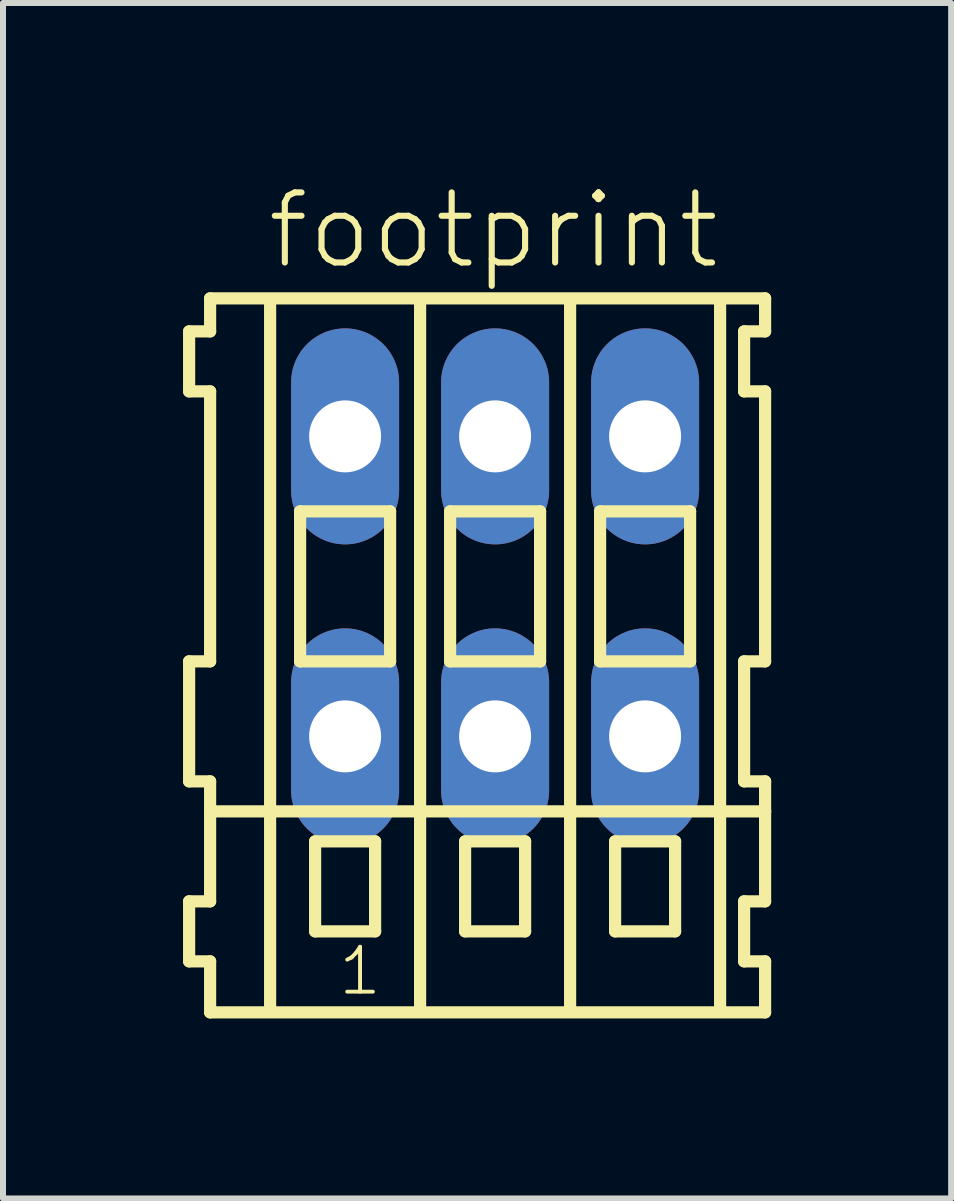
<source format=kicad_pcb>
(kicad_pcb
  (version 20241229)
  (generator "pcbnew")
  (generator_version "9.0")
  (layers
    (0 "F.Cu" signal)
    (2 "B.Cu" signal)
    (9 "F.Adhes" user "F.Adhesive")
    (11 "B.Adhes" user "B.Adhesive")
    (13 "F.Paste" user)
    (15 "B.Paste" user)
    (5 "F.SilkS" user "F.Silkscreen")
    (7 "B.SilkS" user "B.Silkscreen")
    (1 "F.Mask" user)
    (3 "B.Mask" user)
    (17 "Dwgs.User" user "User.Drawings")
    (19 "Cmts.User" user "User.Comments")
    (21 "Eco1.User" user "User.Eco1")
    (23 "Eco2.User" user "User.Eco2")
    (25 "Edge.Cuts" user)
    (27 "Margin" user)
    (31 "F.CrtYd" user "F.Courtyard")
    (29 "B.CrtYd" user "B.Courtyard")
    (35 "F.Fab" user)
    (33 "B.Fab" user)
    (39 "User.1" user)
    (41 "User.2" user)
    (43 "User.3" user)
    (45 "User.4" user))
  (footprint "footprint"
    (layer "F.Cu")
    (at 5.202 6.723)
    (property "Reference" "footprint" (at -3.85 -5.25 0) (layer "F.SilkS") (effects (font (size 1.168 1.168) (thickness 0.102)) (justify left bottom)))
    (fp_line (start -5.1 -4.25) (end -5.1 -3.25) (stroke (width 0.203) (type solid)) (layer "F.SilkS"))
    (fp_line (start -5.1 -3.25) (end -4.75 -3.25) (stroke (width 0.203) (type solid)) (layer "F.SilkS"))
    (fp_line (start -5.1 1.25) (end -5.1 3.25) (stroke (width 0.203) (type solid)) (layer "F.SilkS"))
    (fp_line (start -5.1 3.25) (end -4.75 3.25) (stroke (width 0.203) (type solid)) (layer "F.SilkS"))
    (fp_line (start -5.1 5.25) (end -5.1 6.25) (stroke (width 0.203) (type solid)) (layer "F.SilkS"))
    (fp_line (start -5.1 6.25) (end -4.75 6.25) (stroke (width 0.203) (type solid)) (layer "F.SilkS"))
    (fp_line (start -4.75 -4.8) (end -4.75 -4.25) (stroke (width 0.203) (type solid)) (layer "F.SilkS"))
    (fp_line (start -4.75 -4.25) (end -5.1 -4.25) (stroke (width 0.203) (type solid)) (layer "F.SilkS"))
    (fp_line (start -4.75 -3.25) (end -4.75 1.25) (stroke (width 0.203) (type solid)) (layer "F.SilkS"))
    (fp_line (start -4.75 1.25) (end -5.1 1.25) (stroke (width 0.203) (type solid)) (layer "F.SilkS"))
    (fp_line (start -4.75 3.25) (end -4.75 5.25) (stroke (width 0.203) (type solid)) (layer "F.SilkS"))
    (fp_line (start -4.75 3.75) (end 4.5 3.75) (stroke (width 0.203) (type solid)) (layer "F.SilkS"))
    (fp_line (start -4.75 5.25) (end -5.1 5.25) (stroke (width 0.203) (type solid)) (layer "F.SilkS"))
    (fp_line (start -4.75 6.25) (end -4.75 7.1) (stroke (width 0.203) (type solid)) (layer "F.SilkS"))
    (fp_line (start -4.75 7.1) (end 4.5 7.1) (stroke (width 0.203) (type solid)) (layer "F.SilkS"))
    (fp_line (start -3.75 -4.75) (end -3.75 7) (stroke (width 0.203) (type solid)) (layer "F.SilkS"))
    (fp_line (start -3.25 -1.25) (end -3.25 1.25) (stroke (width 0.203) (type solid)) (layer "F.SilkS"))
    (fp_line (start -3.25 1.25) (end -1.75 1.25) (stroke (width 0.203) (type solid)) (layer "F.SilkS"))
    (fp_line (start -3 4.25) (end -3 5.75) (stroke (width 0.203) (type solid)) (layer "F.SilkS"))
    (fp_line (start -3 5.75) (end -2 5.75) (stroke (width 0.203) (type solid)) (layer "F.SilkS"))
    (fp_line (start -2 4.25) (end -3 4.25) (stroke (width 0.203) (type solid)) (layer "F.SilkS"))
    (fp_line (start -2 5.75) (end -2 4.25) (stroke (width 0.203) (type solid)) (layer "F.SilkS"))
    (fp_line (start -1.75 -1.25) (end -3.25 -1.25) (stroke (width 0.203) (type solid)) (layer "F.SilkS"))
    (fp_line (start -1.75 1.25) (end -1.75 -1.25) (stroke (width 0.203) (type solid)) (layer "F.SilkS"))
    (fp_line (start -1.25 -4.75) (end -1.25 7) (stroke (width 0.203) (type solid)) (layer "F.SilkS"))
    (fp_line (start -0.75 -1.25) (end -0.75 1.25) (stroke (width 0.203) (type solid)) (layer "F.SilkS"))
    (fp_line (start -0.75 1.25) (end 0.75 1.25) (stroke (width 0.203) (type solid)) (layer "F.SilkS"))
    (fp_line (start -0.5 4.25) (end -0.5 5.75) (stroke (width 0.203) (type solid)) (layer "F.SilkS"))
    (fp_line (start -0.5 5.75) (end 0.5 5.75) (stroke (width 0.203) (type solid)) (layer "F.SilkS"))
    (fp_line (start 0.5 4.25) (end -0.5 4.25) (stroke (width 0.203) (type solid)) (layer "F.SilkS"))
    (fp_line (start 0.5 5.75) (end 0.5 4.25) (stroke (width 0.203) (type solid)) (layer "F.SilkS"))
    (fp_line (start 0.75 -1.25) (end -0.75 -1.25) (stroke (width 0.203) (type solid)) (layer "F.SilkS"))
    (fp_line (start 0.75 1.25) (end 0.75 -1.25) (stroke (width 0.203) (type solid)) (layer "F.SilkS"))
    (fp_line (start 1.25 -4.75) (end 1.25 7) (stroke (width 0.203) (type solid)) (layer "F.SilkS"))
    (fp_line (start 1.75 -1.25) (end 1.75 1.25) (stroke (width 0.203) (type solid)) (layer "F.SilkS"))
    (fp_line (start 1.75 1.25) (end 3.25 1.25) (stroke (width 0.203) (type solid)) (layer "F.SilkS"))
    (fp_line (start 2 4.25) (end 2 5.75) (stroke (width 0.203) (type solid)) (layer "F.SilkS"))
    (fp_line (start 2 5.75) (end 3 5.75) (stroke (width 0.203) (type solid)) (layer "F.SilkS"))
    (fp_line (start 3 4.25) (end 2 4.25) (stroke (width 0.203) (type solid)) (layer "F.SilkS"))
    (fp_line (start 3 5.75) (end 3 4.25) (stroke (width 0.203) (type solid)) (layer "F.SilkS"))
    (fp_line (start 3.25 -1.25) (end 1.75 -1.25) (stroke (width 0.203) (type solid)) (layer "F.SilkS"))
    (fp_line (start 3.25 1.25) (end 3.25 -1.25) (stroke (width 0.203) (type solid)) (layer "F.SilkS"))
    (fp_line (start 3.75 -4.75) (end 3.75 7) (stroke (width 0.203) (type solid)) (layer "F.SilkS"))
    (fp_line (start 4.15 -4.25) (end 4.15 -3.25) (stroke (width 0.203) (type solid)) (layer "F.SilkS"))
    (fp_line (start 4.15 -3.25) (end 4.5 -3.25) (stroke (width 0.203) (type solid)) (layer "F.SilkS"))
    (fp_line (start 4.15 1.25) (end 4.15 3.25) (stroke (width 0.203) (type solid)) (layer "F.SilkS"))
    (fp_line (start 4.15 3.25) (end 4.5 3.25) (stroke (width 0.203) (type solid)) (layer "F.SilkS"))
    (fp_line (start 4.15 5.25) (end 4.15 6.25) (stroke (width 0.203) (type solid)) (layer "F.SilkS"))
    (fp_line (start 4.15 6.25) (end 4.5 6.25) (stroke (width 0.203) (type solid)) (layer "F.SilkS"))
    (fp_line (start 4.5 -4.8) (end -4.75 -4.8) (stroke (width 0.203) (type solid)) (layer "F.SilkS"))
    (fp_line (start 4.5 -4.25) (end 4.15 -4.25) (stroke (width 0.203) (type solid)) (layer "F.SilkS"))
    (fp_line (start 4.5 -4.25) (end 4.5 -4.8) (stroke (width 0.203) (type solid)) (layer "F.SilkS"))
    (fp_line (start 4.5 1.25) (end 4.15 1.25) (stroke (width 0.203) (type solid)) (layer "F.SilkS"))
    (fp_line (start 4.5 1.25) (end 4.5 -3.25) (stroke (width 0.203) (type solid)) (layer "F.SilkS"))
    (fp_line (start 4.5 3.75) (end 4.5 3.25) (stroke (width 0.203) (type solid)) (layer "F.SilkS"))
    (fp_line (start 4.5 5.25) (end 4.15 5.25) (stroke (width 0.203) (type solid)) (layer "F.SilkS"))
    (fp_line (start 4.5 5.25) (end 4.5 3.75) (stroke (width 0.203) (type solid)) (layer "F.SilkS"))
    (fp_line (start 4.5 7.1) (end 4.5 6.25) (stroke (width 0.203) (type solid)) (layer "F.SilkS"))
    (fp_text user "1" (at -2.65 6.85 0) (layer "F.SilkS") (effects (font (size 0.748 0.748) (thickness 0.065)) (justify left bottom)))
    (pad "A1" thru_hole oval (at -2.5 -2.5 90) (size 3.6 1.8) (drill 1.2) (layers "*.Cu" "*.Mask"))
    (pad "A2" thru_hole oval (at 0 -2.5 90) (size 3.6 1.8) (drill 1.2) (layers "*.Cu" "*.Mask"))
    (pad "A3" thru_hole oval (at 2.5 -2.5 90) (size 3.6 1.8) (drill 1.2) (layers "*.Cu" "*.Mask"))
    (pad "B1" thru_hole oval (at -2.5 2.5 90) (size 3.6 1.8) (drill 1.2) (layers "*.Cu" "*.Mask"))
    (pad "B2" thru_hole oval (at 0 2.5 90) (size 3.6 1.8) (drill 1.2) (layers "*.Cu" "*.Mask"))
    (pad "B3" thru_hole oval (at 2.5 2.5 90) (size 3.6 1.8) (drill 1.2) (layers "*.Cu" "*.Mask")))
  (gr_rect
    (start -3 -3)
    (end 12.803 16.925)
    (stroke (width 0.1) (type default))
    (fill no)
    (layer "Edge.Cuts")))
</source>
